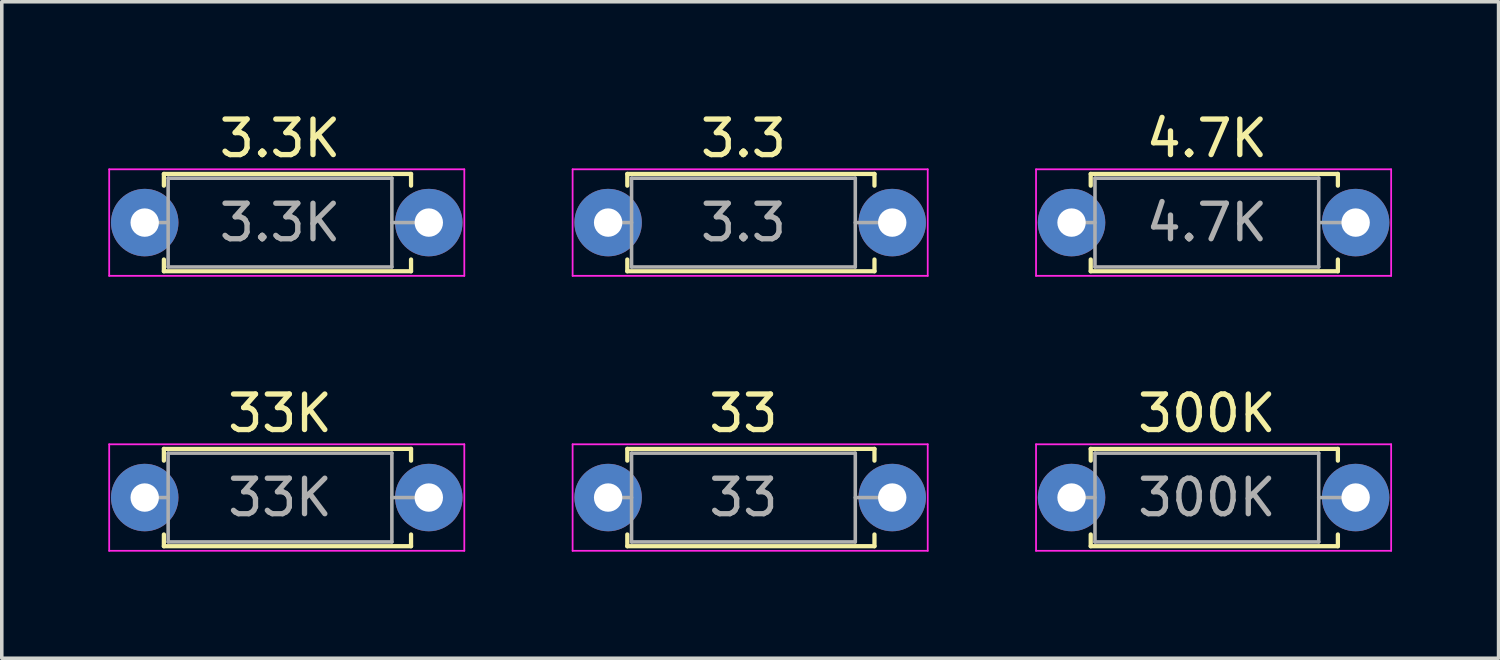
<source format=kicad_pcb>
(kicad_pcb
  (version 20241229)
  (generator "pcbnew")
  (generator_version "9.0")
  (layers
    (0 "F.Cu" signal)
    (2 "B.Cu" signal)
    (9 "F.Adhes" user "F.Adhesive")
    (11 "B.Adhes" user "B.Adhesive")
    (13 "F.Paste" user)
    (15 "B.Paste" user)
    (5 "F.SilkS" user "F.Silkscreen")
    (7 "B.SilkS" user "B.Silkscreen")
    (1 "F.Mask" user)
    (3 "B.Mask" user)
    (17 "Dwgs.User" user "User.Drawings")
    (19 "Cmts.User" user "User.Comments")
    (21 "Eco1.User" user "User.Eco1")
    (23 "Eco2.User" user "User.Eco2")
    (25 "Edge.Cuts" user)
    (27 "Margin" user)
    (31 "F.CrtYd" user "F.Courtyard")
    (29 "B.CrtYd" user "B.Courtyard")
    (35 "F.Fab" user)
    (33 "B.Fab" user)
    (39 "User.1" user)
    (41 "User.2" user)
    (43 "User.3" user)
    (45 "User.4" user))
  (footprint "3.3"
    (layer "F.Cu")
    (at 14.075 3.218)
    (property "Reference" "3.3" (at 3.81 -2.37 0) (layer "F.SilkS") (effects (font (size 1 1) (thickness 0.15))))
    (attr through_hole)
    (fp_line (start 0.54 -1.37) (end 7.5 -1.37) (stroke (width 0.12) (type solid)) (layer "F.SilkS"))
    (fp_line (start 0.54 -1.04) (end 0.54 -1.37) (stroke (width 0.12) (type solid)) (layer "F.SilkS"))
    (fp_line (start 0.54 1.04) (end 0.54 1.37) (stroke (width 0.12) (type solid)) (layer "F.SilkS"))
    (fp_line (start 0.54 1.37) (end 7.5 1.37) (stroke (width 0.12) (type solid)) (layer "F.SilkS"))
    (fp_line (start 7.5 -1.37) (end 7.5 -1.04) (stroke (width 0.12) (type solid)) (layer "F.SilkS"))
    (fp_line (start 7.5 1.37) (end 7.5 1.04) (stroke (width 0.12) (type solid)) (layer "F.SilkS"))
    (fp_line (start -1 -1.5) (end -1 1.5) (stroke (width 0.05) (type solid)) (layer "F.CrtYd"))
    (fp_line (start -1 1.5) (end 9 1.5) (stroke (width 0.05) (type solid)) (layer "F.CrtYd"))
    (fp_line (start 9 -1.5) (end -1 -1.5) (stroke (width 0.05) (type solid)) (layer "F.CrtYd"))
    (fp_line (start 9 1.5) (end 9 -1.5) (stroke (width 0.05) (type solid)) (layer "F.CrtYd"))
    (fp_line (start 0 0) (end 0.66 0) (stroke (width 0.1) (type solid)) (layer "F.Fab"))
    (fp_line (start 0.66 -1.25) (end 0.66 1.25) (stroke (width 0.1) (type solid)) (layer "F.Fab"))
    (fp_line (start 0.66 1.25) (end 6.96 1.25) (stroke (width 0.1) (type solid)) (layer "F.Fab"))
    (fp_line (start 6.96 -1.25) (end 0.66 -1.25) (stroke (width 0.1) (type solid)) (layer "F.Fab"))
    (fp_line (start 6.96 1.25) (end 6.96 -1.25) (stroke (width 0.1) (type solid)) (layer "F.Fab"))
    (fp_line (start 7.62 0) (end 6.96 0) (stroke (width 0.1) (type solid)) (layer "F.Fab"))
    (fp_text user "${REFERENCE}" (at 3.81 0 0) (layer "F.Fab") (effects (font (size 1 1) (thickness 0.15))))
    (pad "1" thru_hole circle (at 0 0) (size 1.9 1.9) (drill 0.8) (layers "*.Cu" "*.Mask"))
    (pad "2" thru_hole oval (at 8 0) (size 1.9 1.9) (drill 0.8) (layers "*.Cu" "*.Mask")))
  (footprint "3.3K"
    (layer "F.Cu")
    (at 1.025 3.218)
    (property "Reference" "3.3K" (at 3.81 -2.37 0) (layer "F.SilkS") (effects (font (size 1 1) (thickness 0.15))))
    (attr through_hole)
    (fp_line (start 0.54 -1.37) (end 7.5 -1.37) (stroke (width 0.12) (type solid)) (layer "F.SilkS"))
    (fp_line (start 0.54 -1.04) (end 0.54 -1.37) (stroke (width 0.12) (type solid)) (layer "F.SilkS"))
    (fp_line (start 0.54 1.04) (end 0.54 1.37) (stroke (width 0.12) (type solid)) (layer "F.SilkS"))
    (fp_line (start 0.54 1.37) (end 7.5 1.37) (stroke (width 0.12) (type solid)) (layer "F.SilkS"))
    (fp_line (start 7.5 -1.37) (end 7.5 -1.04) (stroke (width 0.12) (type solid)) (layer "F.SilkS"))
    (fp_line (start 7.5 1.37) (end 7.5 1.04) (stroke (width 0.12) (type solid)) (layer "F.SilkS"))
    (fp_line (start -1 -1.5) (end -1 1.5) (stroke (width 0.05) (type solid)) (layer "F.CrtYd"))
    (fp_line (start -1 1.5) (end 9 1.5) (stroke (width 0.05) (type solid)) (layer "F.CrtYd"))
    (fp_line (start 9 -1.5) (end -1 -1.5) (stroke (width 0.05) (type solid)) (layer "F.CrtYd"))
    (fp_line (start 9 1.5) (end 9 -1.5) (stroke (width 0.05) (type solid)) (layer "F.CrtYd"))
    (fp_line (start 0 0) (end 0.66 0) (stroke (width 0.1) (type solid)) (layer "F.Fab"))
    (fp_line (start 0.66 -1.25) (end 0.66 1.25) (stroke (width 0.1) (type solid)) (layer "F.Fab"))
    (fp_line (start 0.66 1.25) (end 6.96 1.25) (stroke (width 0.1) (type solid)) (layer "F.Fab"))
    (fp_line (start 6.96 -1.25) (end 0.66 -1.25) (stroke (width 0.1) (type solid)) (layer "F.Fab"))
    (fp_line (start 6.96 1.25) (end 6.96 -1.25) (stroke (width 0.1) (type solid)) (layer "F.Fab"))
    (fp_line (start 7.62 0) (end 6.96 0) (stroke (width 0.1) (type solid)) (layer "F.Fab"))
    (fp_text user "${REFERENCE}" (at 3.81 0 0) (layer "F.Fab") (effects (font (size 1 1) (thickness 0.15))))
    (pad "1" thru_hole circle (at 0 0) (size 1.9 1.9) (drill 0.8) (layers "*.Cu" "*.Mask"))
    (pad "2" thru_hole oval (at 8 0) (size 1.9 1.9) (drill 0.8) (layers "*.Cu" "*.Mask")))
  (footprint "300K"
    (layer "F.Cu")
    (at 27.125 10.961)
    (property "Reference" "300K" (at 3.81 -2.37 0) (layer "F.SilkS") (effects (font (size 1 1) (thickness 0.15))))
    (attr through_hole)
    (fp_line (start 0.54 -1.37) (end 7.5 -1.37) (stroke (width 0.12) (type solid)) (layer "F.SilkS"))
    (fp_line (start 0.54 -1.04) (end 0.54 -1.37) (stroke (width 0.12) (type solid)) (layer "F.SilkS"))
    (fp_line (start 0.54 1.04) (end 0.54 1.37) (stroke (width 0.12) (type solid)) (layer "F.SilkS"))
    (fp_line (start 0.54 1.37) (end 7.5 1.37) (stroke (width 0.12) (type solid)) (layer "F.SilkS"))
    (fp_line (start 7.5 -1.37) (end 7.5 -1.04) (stroke (width 0.12) (type solid)) (layer "F.SilkS"))
    (fp_line (start 7.5 1.37) (end 7.5 1.04) (stroke (width 0.12) (type solid)) (layer "F.SilkS"))
    (fp_line (start -1 -1.5) (end -1 1.5) (stroke (width 0.05) (type solid)) (layer "F.CrtYd"))
    (fp_line (start -1 1.5) (end 9 1.5) (stroke (width 0.05) (type solid)) (layer "F.CrtYd"))
    (fp_line (start 9 -1.5) (end -1 -1.5) (stroke (width 0.05) (type solid)) (layer "F.CrtYd"))
    (fp_line (start 9 1.5) (end 9 -1.5) (stroke (width 0.05) (type solid)) (layer "F.CrtYd"))
    (fp_line (start 0 0) (end 0.66 0) (stroke (width 0.1) (type solid)) (layer "F.Fab"))
    (fp_line (start 0.66 -1.25) (end 0.66 1.25) (stroke (width 0.1) (type solid)) (layer "F.Fab"))
    (fp_line (start 0.66 1.25) (end 6.96 1.25) (stroke (width 0.1) (type solid)) (layer "F.Fab"))
    (fp_line (start 6.96 -1.25) (end 0.66 -1.25) (stroke (width 0.1) (type solid)) (layer "F.Fab"))
    (fp_line (start 6.96 1.25) (end 6.96 -1.25) (stroke (width 0.1) (type solid)) (layer "F.Fab"))
    (fp_line (start 7.62 0) (end 6.96 0) (stroke (width 0.1) (type solid)) (layer "F.Fab"))
    (fp_text user "${REFERENCE}" (at 3.81 0 0) (layer "F.Fab") (effects (font (size 1 1) (thickness 0.15))))
    (pad "1" thru_hole circle (at 0 0) (size 1.9 1.9) (drill 0.8) (layers "*.Cu" "*.Mask"))
    (pad "2" thru_hole oval (at 8 0) (size 1.9 1.9) (drill 0.8) (layers "*.Cu" "*.Mask")))
  (footprint "33K"
    (layer "F.Cu")
    (at 1.025 10.961)
    (property "Reference" "33K" (at 3.81 -2.37 0) (layer "F.SilkS") (effects (font (size 1 1) (thickness 0.15))))
    (attr through_hole)
    (fp_line (start 0.54 -1.37) (end 7.5 -1.37) (stroke (width 0.12) (type solid)) (layer "F.SilkS"))
    (fp_line (start 0.54 -1.04) (end 0.54 -1.37) (stroke (width 0.12) (type solid)) (layer "F.SilkS"))
    (fp_line (start 0.54 1.04) (end 0.54 1.37) (stroke (width 0.12) (type solid)) (layer "F.SilkS"))
    (fp_line (start 0.54 1.37) (end 7.5 1.37) (stroke (width 0.12) (type solid)) (layer "F.SilkS"))
    (fp_line (start 7.5 -1.37) (end 7.5 -1.04) (stroke (width 0.12) (type solid)) (layer "F.SilkS"))
    (fp_line (start 7.5 1.37) (end 7.5 1.04) (stroke (width 0.12) (type solid)) (layer "F.SilkS"))
    (fp_line (start -1 -1.5) (end -1 1.5) (stroke (width 0.05) (type solid)) (layer "F.CrtYd"))
    (fp_line (start -1 1.5) (end 9 1.5) (stroke (width 0.05) (type solid)) (layer "F.CrtYd"))
    (fp_line (start 9 -1.5) (end -1 -1.5) (stroke (width 0.05) (type solid)) (layer "F.CrtYd"))
    (fp_line (start 9 1.5) (end 9 -1.5) (stroke (width 0.05) (type solid)) (layer "F.CrtYd"))
    (fp_line (start 0 0) (end 0.66 0) (stroke (width 0.1) (type solid)) (layer "F.Fab"))
    (fp_line (start 0.66 -1.25) (end 0.66 1.25) (stroke (width 0.1) (type solid)) (layer "F.Fab"))
    (fp_line (start 0.66 1.25) (end 6.96 1.25) (stroke (width 0.1) (type solid)) (layer "F.Fab"))
    (fp_line (start 6.96 -1.25) (end 0.66 -1.25) (stroke (width 0.1) (type solid)) (layer "F.Fab"))
    (fp_line (start 6.96 1.25) (end 6.96 -1.25) (stroke (width 0.1) (type solid)) (layer "F.Fab"))
    (fp_line (start 7.62 0) (end 6.96 0) (stroke (width 0.1) (type solid)) (layer "F.Fab"))
    (fp_text user "${REFERENCE}" (at 3.81 0 0) (layer "F.Fab") (effects (font (size 1 1) (thickness 0.15))))
    (pad "1" thru_hole circle (at 0 0) (size 1.9 1.9) (drill 0.8) (layers "*.Cu" "*.Mask"))
    (pad "2" thru_hole oval (at 8 0) (size 1.9 1.9) (drill 0.8) (layers "*.Cu" "*.Mask")))
  (footprint "4.7K"
    (layer "F.Cu")
    (at 27.125 3.218)
    (property "Reference" "4.7K" (at 3.81 -2.37 0) (layer "F.SilkS") (effects (font (size 1 1) (thickness 0.15))))
    (attr through_hole)
    (fp_line (start 0.54 -1.37) (end 7.5 -1.37) (stroke (width 0.12) (type solid)) (layer "F.SilkS"))
    (fp_line (start 0.54 -1.04) (end 0.54 -1.37) (stroke (width 0.12) (type solid)) (layer "F.SilkS"))
    (fp_line (start 0.54 1.04) (end 0.54 1.37) (stroke (width 0.12) (type solid)) (layer "F.SilkS"))
    (fp_line (start 0.54 1.37) (end 7.5 1.37) (stroke (width 0.12) (type solid)) (layer "F.SilkS"))
    (fp_line (start 7.5 -1.37) (end 7.5 -1.04) (stroke (width 0.12) (type solid)) (layer "F.SilkS"))
    (fp_line (start 7.5 1.37) (end 7.5 1.04) (stroke (width 0.12) (type solid)) (layer "F.SilkS"))
    (fp_line (start -1 -1.5) (end -1 1.5) (stroke (width 0.05) (type solid)) (layer "F.CrtYd"))
    (fp_line (start -1 1.5) (end 9 1.5) (stroke (width 0.05) (type solid)) (layer "F.CrtYd"))
    (fp_line (start 9 -1.5) (end -1 -1.5) (stroke (width 0.05) (type solid)) (layer "F.CrtYd"))
    (fp_line (start 9 1.5) (end 9 -1.5) (stroke (width 0.05) (type solid)) (layer "F.CrtYd"))
    (fp_line (start 0 0) (end 0.66 0) (stroke (width 0.1) (type solid)) (layer "F.Fab"))
    (fp_line (start 0.66 -1.25) (end 0.66 1.25) (stroke (width 0.1) (type solid)) (layer "F.Fab"))
    (fp_line (start 0.66 1.25) (end 6.96 1.25) (stroke (width 0.1) (type solid)) (layer "F.Fab"))
    (fp_line (start 6.96 -1.25) (end 0.66 -1.25) (stroke (width 0.1) (type solid)) (layer "F.Fab"))
    (fp_line (start 6.96 1.25) (end 6.96 -1.25) (stroke (width 0.1) (type solid)) (layer "F.Fab"))
    (fp_line (start 7.62 0) (end 6.96 0) (stroke (width 0.1) (type solid)) (layer "F.Fab"))
    (fp_text user "${REFERENCE}" (at 3.81 0 0) (layer "F.Fab") (effects (font (size 1 1) (thickness 0.15))))
    (pad "1" thru_hole circle (at 0 0) (size 1.9 1.9) (drill 0.8) (layers "*.Cu" "*.Mask"))
    (pad "2" thru_hole oval (at 8 0) (size 1.9 1.9) (drill 0.8) (layers "*.Cu" "*.Mask")))
  (footprint "33"
    (layer "F.Cu")
    (at 14.075 10.961)
    (property "Reference" "33" (at 3.81 -2.37 0) (layer "F.SilkS") (effects (font (size 1 1) (thickness 0.15))))
    (attr through_hole)
    (fp_line (start 0.54 -1.37) (end 7.5 -1.37) (stroke (width 0.12) (type solid)) (layer "F.SilkS"))
    (fp_line (start 0.54 -1.04) (end 0.54 -1.37) (stroke (width 0.12) (type solid)) (layer "F.SilkS"))
    (fp_line (start 0.54 1.04) (end 0.54 1.37) (stroke (width 0.12) (type solid)) (layer "F.SilkS"))
    (fp_line (start 0.54 1.37) (end 7.5 1.37) (stroke (width 0.12) (type solid)) (layer "F.SilkS"))
    (fp_line (start 7.5 -1.37) (end 7.5 -1.04) (stroke (width 0.12) (type solid)) (layer "F.SilkS"))
    (fp_line (start 7.5 1.37) (end 7.5 1.04) (stroke (width 0.12) (type solid)) (layer "F.SilkS"))
    (fp_line (start -1 -1.5) (end -1 1.5) (stroke (width 0.05) (type solid)) (layer "F.CrtYd"))
    (fp_line (start -1 1.5) (end 9 1.5) (stroke (width 0.05) (type solid)) (layer "F.CrtYd"))
    (fp_line (start 9 -1.5) (end -1 -1.5) (stroke (width 0.05) (type solid)) (layer "F.CrtYd"))
    (fp_line (start 9 1.5) (end 9 -1.5) (stroke (width 0.05) (type solid)) (layer "F.CrtYd"))
    (fp_line (start 0 0) (end 0.66 0) (stroke (width 0.1) (type solid)) (layer "F.Fab"))
    (fp_line (start 0.66 -1.25) (end 0.66 1.25) (stroke (width 0.1) (type solid)) (layer "F.Fab"))
    (fp_line (start 0.66 1.25) (end 6.96 1.25) (stroke (width 0.1) (type solid)) (layer "F.Fab"))
    (fp_line (start 6.96 -1.25) (end 0.66 -1.25) (stroke (width 0.1) (type solid)) (layer "F.Fab"))
    (fp_line (start 6.96 1.25) (end 6.96 -1.25) (stroke (width 0.1) (type solid)) (layer "F.Fab"))
    (fp_line (start 7.62 0) (end 6.96 0) (stroke (width 0.1) (type solid)) (layer "F.Fab"))
    (fp_text user "${REFERENCE}" (at 3.81 0 0) (layer "F.Fab") (effects (font (size 1 1) (thickness 0.15))))
    (pad "1" thru_hole circle (at 0 0) (size 1.9 1.9) (drill 0.8) (layers "*.Cu" "*.Mask"))
    (pad "2" thru_hole oval (at 8 0) (size 1.9 1.9) (drill 0.8) (layers "*.Cu" "*.Mask")))
  (gr_rect
    (start -3 -3)
    (end 39.15 15.486)
    (stroke (width 0.1) (type default))
    (fill no)
    (layer "Edge.Cuts")))
</source>
